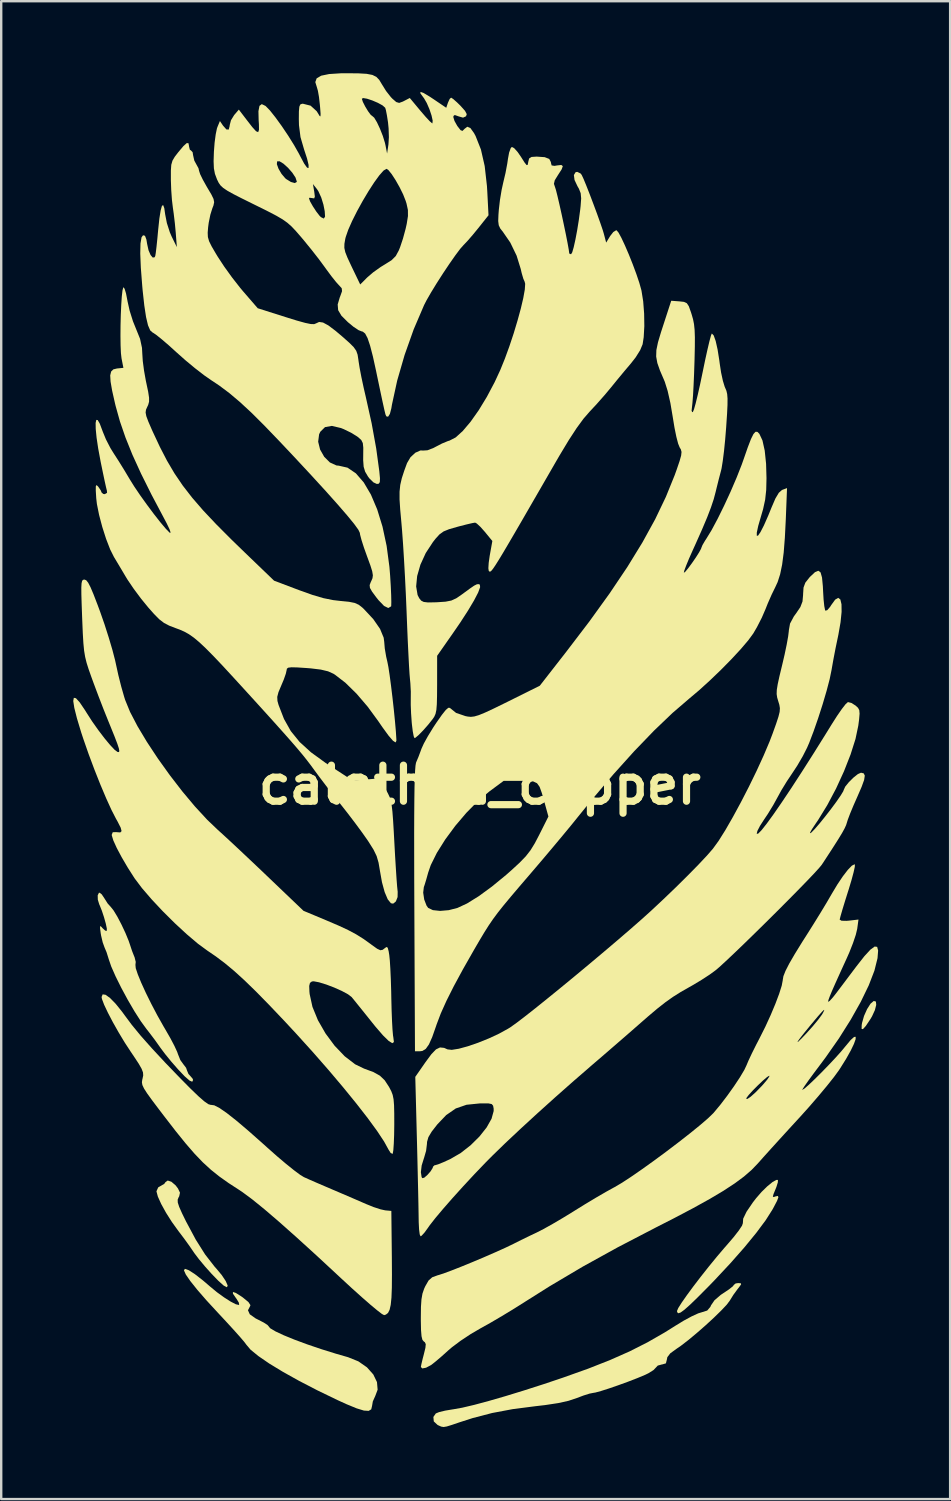
<source format=kicad_pcb>
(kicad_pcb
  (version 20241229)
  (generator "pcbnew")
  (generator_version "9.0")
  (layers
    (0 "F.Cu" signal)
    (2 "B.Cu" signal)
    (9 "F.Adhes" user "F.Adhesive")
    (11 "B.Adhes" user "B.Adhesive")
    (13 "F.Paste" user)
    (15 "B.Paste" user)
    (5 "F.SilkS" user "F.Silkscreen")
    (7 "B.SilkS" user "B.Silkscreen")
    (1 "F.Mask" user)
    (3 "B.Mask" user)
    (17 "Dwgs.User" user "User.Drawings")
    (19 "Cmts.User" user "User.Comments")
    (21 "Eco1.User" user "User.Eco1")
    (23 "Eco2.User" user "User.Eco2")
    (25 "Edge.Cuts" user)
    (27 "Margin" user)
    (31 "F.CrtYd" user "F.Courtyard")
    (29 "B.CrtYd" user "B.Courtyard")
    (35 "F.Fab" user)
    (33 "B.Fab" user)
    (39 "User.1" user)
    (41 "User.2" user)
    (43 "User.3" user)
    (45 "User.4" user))
  (footprint "calathea_copper"
    (layer "F.Cu")
    (at 16.928 29.633)
    (property "Reference" "calathea_copper" (at 0 0 0) (layer "F.SilkS") (effects (font (size 1.5 1.5) (thickness 0.3))))
    (attr board_only exclude_from_pos_files exclude_from_bom)
    (fp_poly (pts (xy 16.494 9.021) (xy 16.507 9.159) (xy 16.452 9.376) (xy 16.333 9.635) (xy 16.264 9.752) (xy 16.074 10.036) (xy 15.953 10.17) (xy 15.898 10.158) (xy 15.902 10.002) (xy 15.916 9.913) (xy 15.999 9.621) (xy 16.126 9.336) (xy 16.27 9.11) (xy 16.404 8.996) (xy 16.405 8.996)) (stroke (width 0) (type solid)) (fill yes) (layer "F.SilkS"))
    (fp_poly (pts (xy -12.841 16.524) (xy -12.666 16.674) (xy -12.568 16.802) (xy -12.484 16.979) (xy -12.516 17.129) (xy -12.542 17.174) (xy -12.58 17.268) (xy -12.575 17.39) (xy -12.517 17.57) (xy -12.396 17.842) (xy -12.232 18.176) (xy -11.827 18.933) (xy -11.437 19.551) (xy -11.044 20.057) (xy -10.96 20.151) (xy -10.744 20.411) (xy -10.582 20.654) (xy -10.502 20.835) (xy -10.499 20.865) (xy -10.54 20.916) (xy -10.668 20.844) (xy -10.888 20.646) (xy -11.169 20.356) (xy -11.439 20.055) (xy -11.692 19.751) (xy -11.884 19.498) (xy -11.919 19.446) (xy -12.09 19.196) (xy -12.317 18.882) (xy -12.549 18.576) (xy -12.818 18.203) (xy -13.064 17.816) (xy -13.266 17.45) (xy -13.405 17.142) (xy -13.462 16.929) (xy -13.462 16.917) (xy -13.39 16.757) (xy -13.299 16.705) (xy -13.14 16.613) (xy -13.088 16.54) (xy -12.994 16.473)) (stroke (width 0) (type solid)) (fill yes) (layer "F.SilkS"))
    (fp_poly (pts (xy 12.414 16.449) (xy 12.411 16.546) (xy 12.352 16.737) (xy 12.324 16.808) (xy 12.231 17.036) (xy 12.202 17.142) (xy 12.238 17.161) (xy 12.319 17.133) (xy 12.413 17.115) (xy 12.433 17.171) (xy 12.376 17.323) (xy 12.235 17.592) (xy 12.182 17.688) (xy 11.904 18.126) (xy 11.511 18.654) (xy 11.018 19.256) (xy 10.44 19.912) (xy 9.792 20.606) (xy 9.522 20.885) (xy 9.089 21.321) (xy 8.758 21.642) (xy 8.517 21.856) (xy 8.355 21.972) (xy 8.259 22) (xy 8.217 21.949) (xy 8.213 21.901) (xy 8.264 21.782) (xy 8.407 21.556) (xy 8.623 21.247) (xy 8.895 20.878) (xy 9.206 20.472) (xy 9.537 20.054) (xy 9.871 19.645) (xy 10.19 19.27) (xy 10.295 19.151) (xy 10.571 18.829) (xy 10.785 18.554) (xy 10.919 18.352) (xy 10.954 18.249) (xy 10.967 18.062) (xy 11.106 17.773) (xy 11.369 17.386) (xy 11.504 17.211) (xy 11.732 16.948) (xy 11.97 16.715) (xy 12.185 16.539) (xy 12.346 16.447)) (stroke (width 0) (type solid)) (fill yes) (layer "F.SilkS"))
    (fp_poly (pts (xy -12.114 20.209) (xy -11.857 20.376) (xy -11.521 20.638) (xy -11.225 20.892) (xy -10.941 21.126) (xy -10.647 21.339) (xy -10.375 21.513) (xy -10.159 21.625) (xy -10.032 21.654) (xy -10.02 21.647) (xy -10.034 21.556) (xy -10.131 21.396) (xy -10.152 21.37) (xy -10.278 21.185) (xy -10.279 21.113) (xy -10.159 21.153) (xy -9.92 21.305) (xy -9.867 21.342) (xy -9.633 21.534) (xy -9.55 21.662) (xy -9.566 21.707) (xy -9.653 21.875) (xy -9.577 22.043) (xy -9.333 22.215) (xy -9.229 22.267) (xy -8.996 22.387) (xy -8.842 22.486) (xy -8.805 22.529) (xy -8.727 22.624) (xy -8.507 22.755) (xy -8.165 22.915) (xy -7.722 23.096) (xy -7.2 23.29) (xy -6.619 23.488) (xy -6 23.681) (xy -5.484 23.83) (xy -5.055 24.003) (xy -4.699 24.251) (xy -4.435 24.547) (xy -4.281 24.866) (xy -4.254 25.183) (xy -4.351 25.44) (xy -4.454 25.671) (xy -4.487 25.863) (xy -4.52 26) (xy -4.627 26.064) (xy -4.824 26.052) (xy -5.126 25.96) (xy -5.547 25.787) (xy -5.927 25.614) (xy -6.763 25.209) (xy -7.524 24.815) (xy -8.196 24.44) (xy -8.767 24.093) (xy -9.221 23.781) (xy -9.546 23.515) (xy -9.727 23.301) (xy -9.732 23.292) (xy -9.814 23.184) (xy -9.993 22.975) (xy -10.249 22.689) (xy -10.562 22.347) (xy -10.905 21.979) (xy -11.38 21.463) (xy -11.765 21.02) (xy -12.054 20.658) (xy -12.241 20.387) (xy -12.318 20.215) (xy -12.28 20.151) (xy -12.274 20.151)) (stroke (width 0) (type solid)) (fill yes) (layer "F.SilkS"))
    (fp_poly (pts (xy -15.743 4.555) (xy -15.633 4.719) (xy -15.629 4.726) (xy -15.495 4.937) (xy -15.365 5.081) (xy -15.248 5.228) (xy -15.091 5.487) (xy -14.92 5.814) (xy -14.756 6.163) (xy -14.622 6.489) (xy -14.568 6.646) (xy -14.48 6.911) (xy -14.392 7.136) (xy -14.376 7.17) (xy -14.326 7.37) (xy -14.339 7.493) (xy -14.326 7.631) (xy -14.24 7.889) (xy -14.096 8.241) (xy -13.904 8.661) (xy -13.677 9.12) (xy -13.428 9.594) (xy -13.169 10.054) (xy -13.082 10.202) (xy -12.883 10.548) (xy -12.715 10.868) (xy -12.601 11.116) (xy -12.565 11.218) (xy -12.47 11.456) (xy -12.349 11.624) (xy -12.229 11.78) (xy -12.192 11.889) (xy -12.132 12.034) (xy -12.065 12.107) (xy -11.959 12.23) (xy -11.938 12.287) (xy -11.974 12.359) (xy -12.086 12.311) (xy -12.284 12.138) (xy -12.573 11.834) (xy -12.574 11.832) (xy -12.841 11.527) (xy -13.098 11.212) (xy -13.296 10.949) (xy -13.314 10.922) (xy -13.529 10.62) (xy -13.775 10.295) (xy -13.877 10.166) (xy -14.116 9.838) (xy -14.385 9.417) (xy -14.663 8.94) (xy -14.93 8.445) (xy -15.165 7.972) (xy -15.347 7.559) (xy -15.455 7.244) (xy -15.459 7.228) (xy -15.542 6.964) (xy -15.623 6.773) (xy -15.702 6.555) (xy -15.769 6.268) (xy -15.784 6.181) (xy -15.813 5.956) (xy -15.806 5.874) (xy -15.754 5.911) (xy -15.71 5.963) (xy -15.595 6.069) (xy -15.531 6.076) (xy -15.53 5.978) (xy -15.574 5.771) (xy -15.648 5.506) (xy -15.738 5.235) (xy -15.829 5.008) (xy -15.845 4.975) (xy -15.905 4.78) (xy -15.91 4.598) (xy -15.86 4.494) (xy -15.835 4.487)) (stroke (width 0) (type solid)) (fill yes) (layer "F.SilkS"))
    (fp_poly (pts (xy 10.87 20.751) (xy 10.88 20.799) (xy 10.787 20.927) (xy 10.739 20.987) (xy 10.56 21.231) (xy 10.406 21.479) (xy 10.405 21.48) (xy 10.28 21.646) (xy 10.05 21.889) (xy 9.747 22.185) (xy 9.398 22.506) (xy 9.033 22.825) (xy 8.682 23.117) (xy 8.373 23.355) (xy 8.191 23.48) (xy 7.933 23.667) (xy 7.809 23.828) (xy 7.789 23.931) (xy 7.749 24.086) (xy 7.599 24.13) (xy 7.587 24.13) (xy 7.411 24.178) (xy 7.335 24.259) (xy 7.233 24.365) (xy 7.028 24.494) (xy 6.881 24.566) (xy 6.552 24.703) (xy 6.166 24.852) (xy 5.762 24.999) (xy 5.376 25.132) (xy 5.047 25.237) (xy 4.812 25.301) (xy 4.725 25.315) (xy 4.569 25.346) (xy 4.314 25.426) (xy 4.043 25.529) (xy 3.698 25.644) (xy 3.267 25.74) (xy 2.719 25.823) (xy 2.331 25.868) (xy 1.369 25.992) (xy 0.514 26.153) (xy -0.296 26.364) (xy -0.84 26.539) (xy -1.167 26.65) (xy -1.375 26.714) (xy -1.507 26.736) (xy -1.606 26.72) (xy -1.715 26.671) (xy -1.757 26.651) (xy -1.915 26.504) (xy -1.933 26.318) (xy -1.832 26.172) (xy -1.695 26.115) (xy -1.442 26.054) (xy -1.124 26.001) (xy -1.089 25.996) (xy -0.732 25.932) (xy -0.238 25.816) (xy 0.369 25.653) (xy 1.068 25.451) (xy 1.837 25.215) (xy 2.653 24.953) (xy 3.471 24.678) (xy 4.517 24.305) (xy 5.429 23.945) (xy 6.242 23.585) (xy 6.988 23.207) (xy 7.702 22.797) (xy 8.134 22.526) (xy 8.489 22.309) (xy 8.824 22.128) (xy 9.096 22.003) (xy 9.234 21.961) (xy 9.469 21.887) (xy 9.601 21.733) (xy 9.629 21.668) (xy 9.773 21.458) (xy 10.035 21.233) (xy 10.152 21.155) (xy 10.381 21.002) (xy 10.538 20.876) (xy 10.583 20.815) (xy 10.655 20.758) (xy 10.76 20.743)) (stroke (width 0) (type solid)) (fill yes) (layer "F.SilkS"))
    (fp_poly (pts (xy -15.581 8.739) (xy -15.394 8.875) (xy -15.16 9.115) (xy -14.892 9.448) (xy -14.788 9.591) (xy -14.486 9.996) (xy -14.113 10.45) (xy -13.653 10.968) (xy -13.095 11.568) (xy -12.48 12.206) (xy -12.048 12.643) (xy -11.716 12.963) (xy -11.472 13.176) (xy -11.305 13.293) (xy -11.204 13.324) (xy -11.196 13.322) (xy -11.057 13.341) (xy -10.839 13.453) (xy -10.533 13.665) (xy -10.133 13.98) (xy -9.631 14.406) (xy -9.021 14.946) (xy -8.848 15.102) (xy -8.451 15.454) (xy -8.072 15.775) (xy -7.739 16.043) (xy -7.478 16.237) (xy -7.324 16.331) (xy -7.101 16.431) (xy -6.774 16.574) (xy -6.392 16.738) (xy -6.138 16.847) (xy -5.716 17.027) (xy -5.281 17.214) (xy -4.901 17.379) (xy -4.741 17.449) (xy -4.425 17.577) (xy -4.133 17.672) (xy -3.937 17.715) (xy -3.683 17.738) (xy -3.662 19.685) (xy -3.658 20.384) (xy -3.662 20.933) (xy -3.678 21.349) (xy -3.709 21.651) (xy -3.756 21.857) (xy -3.821 21.986) (xy -3.909 22.055) (xy -3.983 22.078) (xy -4.075 22.029) (xy -4.273 21.877) (xy -4.56 21.638) (xy -4.918 21.325) (xy -5.331 20.954) (xy -5.782 20.538) (xy -5.843 20.481) (xy -6.797 19.596) (xy -7.637 18.832) (xy -8.363 18.187) (xy -8.977 17.661) (xy -9.482 17.252) (xy -9.879 16.958) (xy -10.019 16.864) (xy -10.46 16.578) (xy -10.846 16.304) (xy -11.196 16.024) (xy -11.533 15.715) (xy -11.876 15.357) (xy -12.246 14.93) (xy -12.664 14.413) (xy -13.15 13.784) (xy -13.346 13.527) (xy -13.643 13.133) (xy -13.85 12.847) (xy -13.98 12.644) (xy -14.049 12.498) (xy -14.069 12.383) (xy -14.054 12.273) (xy -14.042 12.226) (xy -14.015 12.096) (xy -14.024 11.971) (xy -14.082 11.819) (xy -14.203 11.607) (xy -14.402 11.305) (xy -14.53 11.116) (xy -14.785 10.726) (xy -15.04 10.303) (xy -15.279 9.88) (xy -15.484 9.488) (xy -15.641 9.156) (xy -15.732 8.917) (xy -15.748 8.831) (xy -15.704 8.721)) (stroke (width 0) (type solid)) (fill yes) (layer "F.SilkS"))
    (fp_poly (pts (xy -16.387 -8.521) (xy -16.307 -8.421) (xy -16.209 -8.232) (xy -16.082 -7.932) (xy -15.917 -7.503) (xy -15.808 -7.209) (xy -15.625 -6.684) (xy -15.45 -6.136) (xy -15.297 -5.619) (xy -15.184 -5.184) (xy -15.151 -5.031) (xy -15.051 -4.575) (xy -14.929 -4.091) (xy -14.806 -3.662) (xy -14.767 -3.539) (xy -14.562 -3.038) (xy -14.254 -2.447) (xy -13.863 -1.794) (xy -13.408 -1.105) (xy -12.91 -0.409) (xy -12.388 0.268) (xy -11.861 0.897) (xy -11.349 1.452) (xy -10.91 1.871) (xy -10.693 2.067) (xy -10.38 2.356) (xy -9.995 2.716) (xy -9.563 3.123) (xy -9.109 3.553) (xy -8.857 3.794) (xy -7.341 5.242) (xy -6.401 5.635) (xy -5.882 5.857) (xy -5.479 6.045) (xy -5.149 6.221) (xy -4.85 6.408) (xy -4.539 6.63) (xy -4.495 6.664) (xy -4.275 6.821) (xy -4.14 6.884) (xy -4.044 6.866) (xy -3.976 6.813) (xy -3.887 6.748) (xy -3.834 6.778) (xy -3.794 6.932) (xy -3.769 7.087) (xy -3.746 7.312) (xy -3.724 7.666) (xy -3.704 8.11) (xy -3.689 8.604) (xy -3.684 8.89) (xy -3.672 9.377) (xy -3.655 9.82) (xy -3.635 10.184) (xy -3.613 10.435) (xy -3.599 10.52) (xy -3.576 10.707) (xy -3.642 10.754) (xy -3.794 10.66) (xy -4.03 10.429) (xy -4.348 10.061) (xy -4.49 9.885) (xy -4.764 9.542) (xy -5.012 9.234) (xy -5.208 8.991) (xy -5.327 8.845) (xy -5.334 8.836) (xy -5.487 8.718) (xy -5.745 8.579) (xy -6.062 8.437) (xy -6.393 8.311) (xy -6.693 8.219) (xy -6.915 8.177) (xy -6.991 8.184) (xy -7.071 8.244) (xy -7.103 8.371) (xy -7.094 8.608) (xy -7.084 8.711) (xy -6.968 9.241) (xy -6.74 9.798) (xy -6.424 10.348) (xy -6.045 10.86) (xy -5.625 11.299) (xy -5.191 11.633) (xy -4.818 11.813) (xy -4.429 11.957) (xy -4.159 12.108) (xy -3.959 12.3) (xy -3.783 12.569) (xy -3.772 12.589) (xy -3.686 12.753) (xy -3.627 12.909) (xy -3.59 13.093) (xy -3.57 13.34) (xy -3.562 13.687) (xy -3.561 14.145) (xy -3.567 14.573) (xy -3.581 14.938) (xy -3.6 15.207) (xy -3.624 15.349) (xy -3.632 15.362) (xy -3.711 15.326) (xy -3.799 15.187) (xy -3.985 14.849) (xy -4.278 14.406) (xy -4.667 13.874) (xy -5.14 13.266) (xy -5.684 12.598) (xy -6.287 11.884) (xy -6.938 11.14) (xy -7.624 10.381) (xy -8.144 9.821) (xy -8.778 9.154) (xy -9.322 8.599) (xy -9.797 8.138) (xy -10.22 7.753) (xy -10.612 7.426) (xy -10.992 7.14) (xy -11.345 6.899) (xy -11.739 6.61) (xy -12.201 6.218) (xy -12.699 5.758) (xy -13.197 5.263) (xy -13.664 4.765) (xy -14.066 4.298) (xy -14.369 3.896) (xy -14.379 3.881) (xy -14.661 3.439) (xy -14.912 3.01) (xy -15.117 2.625) (xy -15.259 2.312) (xy -15.323 2.103) (xy -15.325 2.075) (xy -15.283 1.97) (xy -15.132 1.965) (xy -15.113 1.968) (xy -14.97 1.979) (xy -14.916 1.924) (xy -14.952 1.782) (xy -15.08 1.529) (xy -15.149 1.407) (xy -15.334 1.047) (xy -15.556 0.56) (xy -15.799 -0.015) (xy -16.048 -0.643) (xy -16.289 -1.288) (xy -16.507 -1.913) (xy -16.597 -2.185) (xy -16.774 -2.772) (xy -16.884 -3.208) (xy -16.928 -3.494) (xy -16.904 -3.628) (xy -16.815 -3.609) (xy -16.659 -3.437) (xy -16.437 -3.109) (xy -16.369 -2.999) (xy -16.14 -2.643) (xy -15.884 -2.281) (xy -15.626 -1.942) (xy -15.39 -1.658) (xy -15.2 -1.457) (xy -15.083 -1.372) (xy -15.029 -1.367) (xy -15.009 -1.409) (xy -15.028 -1.519) (xy -15.093 -1.716) (xy -15.21 -2.021) (xy -15.385 -2.454) (xy -15.472 -2.667) (xy -15.669 -3.158) (xy -15.883 -3.712) (xy -16.082 -4.243) (xy -16.175 -4.498) (xy -16.289 -4.821) (xy -16.373 -5.087) (xy -16.433 -5.332) (xy -16.476 -5.591) (xy -16.506 -5.903) (xy -16.53 -6.302) (xy -16.552 -6.826) (xy -16.558 -6.975) (xy -16.578 -7.527) (xy -16.59 -7.933) (xy -16.592 -8.214) (xy -16.582 -8.394) (xy -16.559 -8.495) (xy -16.522 -8.539) (xy -16.469 -8.55) (xy -16.459 -8.55)) (stroke (width 0) (type solid)) (fill yes) (layer "F.SilkS"))
    (fp_poly (pts (xy -12.13 -26.72) (xy -12.107 -26.598) (xy -12.107 -26.585) (xy -12.072 -26.448) (xy -12.023 -26.416) (xy -11.957 -26.344) (xy -11.938 -26.221) (xy -11.887 -25.995) (xy -11.814 -25.861) (xy -11.714 -25.678) (xy -11.687 -25.564) (xy -11.644 -25.431) (xy -11.532 -25.201) (xy -11.375 -24.92) (xy -11.347 -24.872) (xy -11.178 -24.587) (xy -11.087 -24.4) (xy -11.061 -24.263) (xy -11.089 -24.129) (xy -11.136 -24.009) (xy -11.218 -23.747) (xy -11.287 -23.411) (xy -11.312 -23.219) (xy -11.33 -22.993) (xy -11.322 -22.815) (xy -11.273 -22.641) (xy -11.168 -22.428) (xy -10.994 -22.13) (xy -10.909 -21.99) (xy -10.642 -21.583) (xy -10.314 -21.128) (xy -9.98 -20.701) (xy -9.851 -20.547) (xy -9.246 -19.848) (xy -8.093 -19.482) (xy -7.615 -19.334) (xy -7.272 -19.239) (xy -7.041 -19.191) (xy -6.897 -19.186) (xy -6.819 -19.217) (xy -6.69 -19.277) (xy -6.527 -19.253) (xy -6.307 -19.134) (xy -6.01 -18.91) (xy -5.721 -18.666) (xy -5.436 -18.413) (xy -5.252 -18.23) (xy -5.145 -18.077) (xy -5.088 -17.915) (xy -5.055 -17.703) (xy -5.048 -17.646) (xy -5.004 -17.368) (xy -4.93 -16.98) (xy -4.835 -16.536) (xy -4.743 -16.138) (xy -4.503 -15.056) (xy -4.313 -14.009) (xy -4.184 -13.06) (xy -4.157 -12.771) (xy -4.162 -12.612) (xy -4.204 -12.544) (xy -4.286 -12.531) (xy -4.429 -12.598) (xy -4.598 -12.764) (xy -4.657 -12.843) (xy -4.775 -13.044) (xy -4.836 -13.249) (xy -4.856 -13.52) (xy -4.854 -13.732) (xy -4.851 -14.042) (xy -4.871 -14.233) (xy -4.933 -14.358) (xy -5.051 -14.467) (xy -5.108 -14.51) (xy -5.356 -14.663) (xy -5.664 -14.813) (xy -5.781 -14.86) (xy -6.16 -14.949) (xy -6.445 -14.898) (xy -6.641 -14.705) (xy -6.691 -14.598) (xy -6.73 -14.291) (xy -6.65 -13.965) (xy -6.478 -13.662) (xy -6.242 -13.427) (xy -5.969 -13.302) (xy -5.874 -13.293) (xy -5.508 -13.21) (xy -5.159 -12.973) (xy -4.832 -12.595) (xy -4.534 -12.09) (xy -4.272 -11.472) (xy -4.051 -10.754) (xy -3.879 -9.952) (xy -3.763 -9.08) (xy -3.734 -8.725) (xy -3.707 -8.285) (xy -3.69 -7.906) (xy -3.684 -7.619) (xy -3.688 -7.457) (xy -3.693 -7.434) (xy -3.811 -7.366) (xy -3.987 -7.453) (xy -4.221 -7.697) (xy -4.307 -7.806) (xy -4.486 -8.048) (xy -4.574 -8.204) (xy -4.586 -8.323) (xy -4.538 -8.45) (xy -4.52 -8.485) (xy -4.468 -8.606) (xy -4.452 -8.729) (xy -4.479 -8.894) (xy -4.555 -9.137) (xy -4.687 -9.498) (xy -4.696 -9.523) (xy -4.824 -9.881) (xy -4.924 -10.194) (xy -4.984 -10.42) (xy -4.995 -10.496) (xy -5.055 -10.623) (xy -5.23 -10.865) (xy -5.519 -11.218) (xy -5.916 -11.677) (xy -6.418 -12.239) (xy -7.022 -12.899) (xy -7.723 -13.653) (xy -8.35 -14.318) (xy -8.976 -14.969) (xy -9.517 -15.507) (xy -9.995 -15.949) (xy -10.43 -16.316) (xy -10.844 -16.626) (xy -11.179 -16.849) (xy -11.482 -17.06) (xy -11.858 -17.351) (xy -12.258 -17.683) (xy -12.623 -18.007) (xy -12.945 -18.299) (xy -13.235 -18.548) (xy -13.465 -18.733) (xy -13.605 -18.828) (xy -13.621 -18.835) (xy -13.724 -18.926) (xy -13.815 -19.137) (xy -13.896 -19.479) (xy -13.97 -19.965) (xy -14.04 -20.605) (xy -14.056 -20.786) (xy -14.114 -21.538) (xy -14.138 -22.124) (xy -14.128 -22.545) (xy -14.085 -22.8) (xy -14.022 -22.887) (xy -13.941 -22.865) (xy -13.883 -22.712) (xy -13.851 -22.524) (xy -13.794 -22.264) (xy -13.709 -22.066) (xy -13.618 -21.958) (xy -13.54 -21.97) (xy -13.513 -22.025) (xy -13.492 -22.152) (xy -13.461 -22.409) (xy -13.425 -22.756) (xy -13.393 -23.102) (xy -13.342 -23.585) (xy -13.288 -23.923) (xy -13.235 -24.111) (xy -13.184 -24.143) (xy -13.137 -24.015) (xy -13.1 -23.755) (xy -13.03 -23.396) (xy -12.907 -23.012) (xy -12.833 -22.84) (xy -12.614 -22.394) (xy -12.66 -22.987) (xy -12.696 -23.378) (xy -12.744 -23.782) (xy -12.781 -24.045) (xy -12.819 -24.362) (xy -12.848 -24.766) (xy -12.863 -25.179) (xy -12.863 -25.231) (xy -12.863 -25.585) (xy -12.846 -25.822) (xy -12.796 -25.995) (xy -12.7 -26.157) (xy -12.552 -26.349) (xy -12.337 -26.604) (xy -12.201 -26.725)) (stroke (width 0) (type solid)) (fill yes) (layer "F.SilkS"))
    (fp_poly (pts (xy 15.618 3.315) (xy 15.615 3.411) (xy 15.565 3.637) (xy 15.478 3.961) (xy 15.361 4.351) (xy 15.33 4.447) (xy 15.203 4.852) (xy 15.097 5.201) (xy 15.022 5.461) (xy 14.987 5.599) (xy 14.986 5.61) (xy 15.063 5.655) (xy 15.27 5.66) (xy 15.377 5.651) (xy 15.768 5.606) (xy 15.715 5.996) (xy 15.656 6.242) (xy 15.541 6.584) (xy 15.389 6.97) (xy 15.291 7.193) (xy 15.018 7.79) (xy 14.811 8.249) (xy 14.662 8.586) (xy 14.567 8.818) (xy 14.516 8.959) (xy 14.505 9.025) (xy 14.509 9.033) (xy 14.573 8.99) (xy 14.704 8.845) (xy 14.827 8.689) (xy 15.001 8.459) (xy 15.239 8.143) (xy 15.507 7.787) (xy 15.685 7.551) (xy 16.014 7.132) (xy 16.265 6.859) (xy 16.441 6.73) (xy 16.546 6.743) (xy 16.586 6.898) (xy 16.563 7.192) (xy 16.559 7.224) (xy 16.432 7.734) (xy 16.197 8.344) (xy 15.864 9.031) (xy 15.445 9.776) (xy 14.952 10.558) (xy 14.394 11.355) (xy 14.17 11.655) (xy 13.902 12.012) (xy 13.679 12.317) (xy 13.518 12.546) (xy 13.434 12.678) (xy 13.428 12.7) (xy 13.521 12.642) (xy 13.702 12.484) (xy 13.946 12.252) (xy 14.229 11.971) (xy 14.523 11.668) (xy 14.805 11.368) (xy 15.048 11.097) (xy 15.223 10.886) (xy 15.442 10.623) (xy 15.584 10.495) (xy 15.651 10.488) (xy 15.649 10.588) (xy 15.58 10.782) (xy 15.449 11.056) (xy 15.259 11.396) (xy 15.014 11.789) (xy 14.948 11.889) (xy 14.745 12.167) (xy 14.451 12.536) (xy 14.095 12.963) (xy 13.703 13.416) (xy 13.303 13.861) (xy 13.277 13.888) (xy 12.877 14.324) (xy 12.482 14.757) (xy 12.118 15.158) (xy 11.812 15.497) (xy 11.593 15.744) (xy 11.578 15.761) (xy 11.317 16.032) (xy 11 16.307) (xy 10.614 16.593) (xy 10.143 16.902) (xy 9.572 17.241) (xy 8.887 17.621) (xy 8.073 18.05) (xy 7.324 18.432) (xy 5.743 19.254) (xy 4.286 20.059) (xy 2.914 20.872) (xy 1.89 21.517) (xy 1.429 21.808) (xy 0.927 22.113) (xy 0.445 22.396) (xy 0.042 22.621) (xy 0.031 22.627) (xy -0.381 22.868) (xy -0.8 23.146) (xy -1.162 23.417) (xy -1.309 23.543) (xy -1.578 23.785) (xy -1.826 23.997) (xy -2.006 24.14) (xy -2.03 24.157) (xy -2.237 24.267) (xy -2.393 24.297) (xy -2.454 24.237) (xy -2.454 24.236) (xy -2.433 24.125) (xy -2.381 23.905) (xy -2.33 23.709) (xy -2.264 23.439) (xy -2.25 23.287) (xy -2.287 23.206) (xy -2.331 23.175) (xy -2.389 23.106) (xy -2.426 22.956) (xy -2.447 22.699) (xy -2.455 22.307) (xy -2.455 22.181) (xy -2.45 21.738) (xy -2.429 21.42) (xy -2.387 21.181) (xy -2.317 20.977) (xy -2.272 20.879) (xy -2.134 20.637) (xy -1.982 20.502) (xy -1.75 20.417) (xy -1.718 20.409) (xy -1.503 20.34) (xy -1.17 20.216) (xy -0.751 20.051) (xy -0.283 19.859) (xy 0.2 19.655) (xy 0.663 19.453) (xy 1.071 19.269) (xy 1.39 19.116) (xy 1.439 19.091) (xy 1.722 18.949) (xy 2.075 18.777) (xy 2.371 18.637) (xy 2.654 18.492) (xy 3.031 18.281) (xy 3.457 18.031) (xy 3.885 17.769) (xy 3.937 17.736) (xy 4.374 17.465) (xy 4.828 17.192) (xy 5.246 16.949) (xy 5.579 16.765) (xy 5.599 16.755) (xy 5.894 16.582) (xy 6.285 16.328) (xy 6.745 16.01) (xy 7.248 15.65) (xy 7.768 15.266) (xy 8.28 14.877) (xy 8.758 14.503) (xy 9.175 14.164) (xy 9.507 13.878) (xy 9.726 13.666) (xy 9.74 13.65) (xy 10.016 13.318) (xy 10.211 13.063) (xy 11.091 13.063) (xy 11.143 13.076) (xy 11.283 12.98) (xy 11.489 12.795) (xy 11.738 12.539) (xy 11.803 12.467) (xy 11.965 12.275) (xy 12.054 12.145) (xy 12.056 12.107) (xy 11.962 12.164) (xy 11.792 12.309) (xy 11.584 12.506) (xy 11.374 12.717) (xy 11.201 12.906) (xy 11.102 13.036) (xy 11.091 13.063) (xy 10.211 13.063) (xy 10.307 12.937) (xy 10.587 12.544) (xy 10.832 12.174) (xy 11.016 11.865) (xy 11.109 11.667) (xy 11.188 11.479) (xy 11.326 11.185) (xy 11.503 10.829) (xy 11.568 10.705) (xy 13.225 10.705) (xy 13.26 10.691) (xy 13.403 10.552) (xy 13.614 10.329) (xy 13.867 10.047) (xy 14.089 9.778) (xy 14.243 9.57) (xy 14.271 9.525) (xy 14.34 9.393) (xy 14.335 9.364) (xy 14.248 9.446) (xy 14.072 9.645) (xy 13.8 9.969) (xy 13.747 10.033) (xy 13.47 10.373) (xy 13.295 10.598) (xy 13.225 10.705) (xy 11.568 10.705) (xy 11.659 10.528) (xy 11.891 10.066) (xy 12.111 9.585) (xy 12.307 9.118) (xy 12.465 8.698) (xy 12.572 8.359) (xy 12.615 8.134) (xy 12.615 8.122) (xy 12.642 7.965) (xy 12.729 7.744) (xy 12.884 7.441) (xy 13.116 7.041) (xy 13.433 6.527) (xy 13.627 6.223) (xy 13.904 5.783) (xy 14.187 5.325) (xy 14.444 4.899) (xy 14.642 4.559) (xy 14.652 4.541) (xy 14.887 4.149) (xy 15.117 3.806) (xy 15.325 3.536) (xy 15.493 3.362) (xy 15.602 3.307)) (stroke (width 0) (type solid)) (fill yes) (layer "F.SilkS"))
    (fp_poly (pts (xy -14.789 -20.658) (xy -14.731 -20.466) (xy -14.676 -20.186) (xy -14.671 -20.153) (xy -14.58 -19.747) (xy -14.441 -19.304) (xy -14.317 -18.998) (xy -14.146 -18.574) (xy -14.066 -18.2) (xy -14.053 -17.961) (xy -14.033 -17.649) (xy -13.98 -17.248) (xy -13.906 -16.833) (xy -13.885 -16.735) (xy -13.808 -16.369) (xy -13.771 -16.123) (xy -13.771 -15.956) (xy -13.808 -15.822) (xy -13.846 -15.742) (xy -13.899 -15.623) (xy -13.915 -15.506) (xy -13.886 -15.355) (xy -13.803 -15.132) (xy -13.659 -14.8) (xy -13.62 -14.713) (xy -13.321 -14.074) (xy -13.025 -13.502) (xy -12.714 -12.974) (xy -12.37 -12.467) (xy -11.977 -11.96) (xy -11.517 -11.428) (xy -10.973 -10.851) (xy -10.328 -10.204) (xy -9.8 -9.692) (xy -8.565 -8.504) (xy -7.521 -8.109) (xy -6.963 -7.91) (xy -6.507 -7.776) (xy -6.103 -7.695) (xy -5.8 -7.66) (xy -5.447 -7.625) (xy -5.211 -7.578) (xy -5.04 -7.501) (xy -4.883 -7.378) (xy -4.84 -7.337) (xy -4.437 -6.906) (xy -4.153 -6.496) (xy -4.002 -6.13) (xy -3.979 -5.954) (xy -3.957 -5.685) (xy -3.899 -5.345) (xy -3.847 -5.119) (xy -3.805 -4.905) (xy -3.753 -4.562) (xy -3.695 -4.126) (xy -3.636 -3.637) (xy -3.58 -3.134) (xy -3.532 -2.654) (xy -3.495 -2.236) (xy -3.475 -1.919) (xy -3.472 -1.841) (xy -3.506 -1.769) (xy -3.614 -1.838) (xy -3.798 -2.051) (xy -4.059 -2.409) (xy -4.221 -2.646) (xy -4.665 -3.253) (xy -5.132 -3.799) (xy -5.596 -4.254) (xy -6.028 -4.587) (xy -6.096 -4.63) (xy -6.318 -4.73) (xy -6.62 -4.802) (xy -7.038 -4.853) (xy -7.218 -4.867) (xy -7.598 -4.892) (xy -7.84 -4.898) (xy -7.975 -4.882) (xy -8.032 -4.84) (xy -8.043 -4.781) (xy -8.077 -4.63) (xy -8.163 -4.384) (xy -8.264 -4.145) (xy -8.383 -3.861) (xy -8.434 -3.665) (xy -8.425 -3.495) (xy -8.379 -3.33) (xy -8.153 -2.746) (xy -7.87 -2.242) (xy -7.503 -1.789) (xy -7.028 -1.357) (xy -6.419 -0.915) (xy -6.286 -0.827) (xy -5.282 -0.173) (xy -4.729 -0.224) (xy -4.177 -0.276) (xy -3.914 0.191) (xy -3.826 0.351) (xy -3.758 0.496) (xy -3.708 0.653) (xy -3.669 0.849) (xy -3.638 1.112) (xy -3.611 1.467) (xy -3.582 1.943) (xy -3.556 2.424) (xy -3.526 2.97) (xy -3.495 3.473) (xy -3.467 3.902) (xy -3.442 4.229) (xy -3.422 4.423) (xy -3.419 4.445) (xy -3.423 4.67) (xy -3.494 4.851) (xy -3.607 4.944) (xy -3.701 4.927) (xy -3.833 4.764) (xy -3.961 4.463) (xy -4.073 4.052) (xy -4.156 3.586) (xy -4.215 3.238) (xy -4.295 2.963) (xy -4.424 2.696) (xy -4.627 2.373) (xy -4.672 2.305) (xy -4.902 1.979) (xy -5.199 1.576) (xy -5.522 1.153) (xy -5.788 0.815) (xy -6.095 0.428) (xy -6.407 0.027) (xy -6.684 -0.338) (xy -6.872 -0.593) (xy -7.03 -0.809) (xy -7.195 -1.025) (xy -7.379 -1.256) (xy -7.598 -1.517) (xy -7.863 -1.824) (xy -8.19 -2.193) (xy -8.59 -2.64) (xy -9.078 -3.18) (xy -9.662 -3.822) (xy -10.232 -4.446) (xy -10.704 -4.958) (xy -11.093 -5.368) (xy -11.414 -5.692) (xy -11.68 -5.942) (xy -11.906 -6.131) (xy -12.108 -6.273) (xy -12.299 -6.38) (xy -12.494 -6.466) (xy -12.65 -6.523) (xy -12.931 -6.631) (xy -13.148 -6.744) (xy -13.345 -6.895) (xy -13.566 -7.118) (xy -13.807 -7.391) (xy -14.104 -7.755) (xy -14.406 -8.16) (xy -14.662 -8.537) (xy -14.738 -8.661) (xy -14.924 -8.975) (xy -15.092 -9.256) (xy -15.211 -9.455) (xy -15.229 -9.483) (xy -15.391 -9.806) (xy -15.56 -10.243) (xy -15.719 -10.74) (xy -15.852 -11.243) (xy -15.943 -11.696) (xy -15.971 -11.938) (xy -15.99 -12.255) (xy -15.989 -12.429) (xy -15.965 -12.485) (xy -15.913 -12.447) (xy -15.881 -12.409) (xy -15.779 -12.257) (xy -15.748 -12.176) (xy -15.679 -12.116) (xy -15.615 -12.107) (xy -15.52 -12.162) (xy -15.528 -12.255) (xy -15.562 -12.392) (xy -15.621 -12.658) (xy -15.696 -13.015) (xy -15.781 -13.427) (xy -15.788 -13.462) (xy -15.889 -14.006) (xy -15.957 -14.463) (xy -15.992 -14.821) (xy -15.996 -15.07) (xy -15.969 -15.198) (xy -15.912 -15.194) (xy -15.825 -15.046) (xy -15.711 -14.743) (xy -15.699 -14.71) (xy -15.567 -14.389) (xy -15.381 -14.028) (xy -15.241 -13.801) (xy -15.037 -13.485) (xy -14.801 -13.104) (xy -14.583 -12.739) (xy -14.581 -12.735) (xy -14.389 -12.427) (xy -14.141 -12.06) (xy -13.86 -11.668) (xy -13.573 -11.283) (xy -13.303 -10.939) (xy -13.075 -10.668) (xy -12.915 -10.504) (xy -12.909 -10.499) (xy -12.873 -10.506) (xy -12.918 -10.642) (xy -13.037 -10.892) (xy -13.142 -11.091) (xy -13.668 -12.084) (xy -14.105 -12.961) (xy -14.464 -13.747) (xy -14.753 -14.465) (xy -14.984 -15.136) (xy -15.165 -15.785) (xy -15.193 -15.902) (xy -15.309 -16.418) (xy -15.374 -16.794) (xy -15.389 -17.052) (xy -15.35 -17.214) (xy -15.258 -17.303) (xy -15.11 -17.339) (xy -15.104 -17.34) (xy -14.84 -17.366) (xy -14.918 -17.763) (xy -14.943 -17.981) (xy -14.957 -18.304) (xy -14.962 -18.699) (xy -14.959 -19.133) (xy -14.948 -19.572) (xy -14.93 -19.983) (xy -14.907 -20.332) (xy -14.878 -20.587) (xy -14.846 -20.714) (xy -14.838 -20.722)) (stroke (width 0) (type solid)) (fill yes) (layer "F.SilkS"))
    (fp_poly (pts (xy 1.429 -26.516) (xy 1.573 -26.357) (xy 1.714 -26.153) (xy 1.864 -25.916) (xy 1.95 -25.809) (xy 1.993 -25.816) (xy 2.015 -25.922) (xy 2.016 -25.935) (xy 2.054 -26.084) (xy 2.154 -26.148) (xy 2.369 -26.162) (xy 2.702 -26.139) (xy 2.892 -26.065) (xy 2.962 -25.93) (xy 2.963 -25.901) (xy 2.992 -25.795) (xy 3.111 -25.776) (xy 3.217 -25.794) (xy 3.394 -25.814) (xy 3.457 -25.766) (xy 3.408 -25.63) (xy 3.253 -25.39) (xy 3.121 -25.176) (xy 3.087 -25.028) (xy 3.133 -24.892) (xy 3.172 -24.77) (xy 3.235 -24.518) (xy 3.316 -24.172) (xy 3.406 -23.768) (xy 3.497 -23.342) (xy 3.583 -22.929) (xy 3.654 -22.566) (xy 3.704 -22.289) (xy 3.725 -22.134) (xy 3.725 -22.126) (xy 3.79 -22.098) (xy 3.801 -22.098) (xy 3.849 -22.177) (xy 3.911 -22.391) (xy 3.982 -22.709) (xy 4.055 -23.097) (xy 4.124 -23.525) (xy 4.182 -23.959) (xy 4.198 -24.103) (xy 4.221 -24.42) (xy 4.201 -24.638) (xy 4.127 -24.826) (xy 4.068 -24.928) (xy 3.945 -25.189) (xy 3.918 -25.394) (xy 3.988 -25.512) (xy 4.056 -25.527) (xy 4.195 -25.461) (xy 4.243 -25.4) (xy 4.319 -25.237) (xy 4.436 -24.953) (xy 4.579 -24.589) (xy 4.733 -24.182) (xy 4.885 -23.773) (xy 5.018 -23.4) (xy 5.119 -23.104) (xy 5.164 -22.954) (xy 5.262 -22.582) (xy 5.428 -22.854) (xy 5.559 -23.022) (xy 5.676 -23.094) (xy 5.696 -23.092) (xy 5.776 -22.999) (xy 5.896 -22.779) (xy 6.044 -22.463) (xy 6.206 -22.086) (xy 6.369 -21.678) (xy 6.519 -21.274) (xy 6.643 -20.905) (xy 6.727 -20.605) (xy 6.734 -20.574) (xy 6.804 -20.134) (xy 6.843 -19.624) (xy 6.851 -19.105) (xy 6.825 -18.641) (xy 6.78 -18.349) (xy 6.678 -18.103) (xy 6.487 -17.798) (xy 6.295 -17.553) (xy 6.02 -17.228) (xy 5.712 -16.856) (xy 5.472 -16.56) (xy 5.196 -16.23) (xy 4.87 -15.861) (xy 4.568 -15.536) (xy 4.318 -15.248) (xy 4.036 -14.863) (xy 3.71 -14.364) (xy 3.33 -13.734) (xy 3.172 -13.462) (xy 2.629 -12.521) (xy 2.164 -11.716) (xy 1.772 -11.037) (xy 1.444 -10.473) (xy 1.176 -10.015) (xy 0.961 -9.651) (xy 0.792 -9.372) (xy 0.663 -9.167) (xy 0.568 -9.025) (xy 0.501 -8.937) (xy 0.454 -8.892) (xy 0.421 -8.879) (xy 0.397 -8.889) (xy 0.375 -8.911) (xy 0.373 -8.912) (xy 0.357 -9.02) (xy 0.371 -9.247) (xy 0.413 -9.544) (xy 0.417 -9.565) (xy 0.523 -10.156) (xy 0.209 -10.539) (xy 0.025 -10.746) (xy -0.126 -10.885) (xy -0.195 -10.922) (xy -0.315 -10.901) (xy -0.551 -10.846) (xy -0.86 -10.767) (xy -0.943 -10.744) (xy -1.281 -10.647) (xy -1.508 -10.554) (xy -1.679 -10.431) (xy -1.847 -10.246) (xy -1.949 -10.115) (xy -2.25 -9.656) (xy -2.472 -9.172) (xy -2.608 -8.697) (xy -2.65 -8.265) (xy -2.59 -7.908) (xy -2.523 -7.775) (xy -2.442 -7.674) (xy -2.336 -7.619) (xy -2.161 -7.598) (xy -1.873 -7.603) (xy -1.768 -7.607) (xy -1.425 -7.63) (xy -1.185 -7.677) (xy -0.981 -7.77) (xy -0.747 -7.93) (xy -0.72 -7.95) (xy -0.426 -8.166) (xy -0.237 -8.296) (xy -0.12 -8.355) (xy -0.046 -8.36) (xy 0.002 -8.339) (xy 0.014 -8.235) (xy -0.068 -8.011) (xy -0.239 -7.682) (xy -0.49 -7.26) (xy -0.813 -6.761) (xy -1.119 -6.316) (xy -1.776 -5.376) (xy -1.777 -4.181) (xy -1.78 -3.701) (xy -1.789 -3.359) (xy -1.808 -3.122) (xy -1.843 -2.959) (xy -1.897 -2.838) (xy -1.962 -2.742) (xy -2.155 -2.5) (xy -2.362 -2.266) (xy -2.549 -2.075) (xy -2.682 -1.963) (xy -2.717 -1.947) (xy -2.752 -2.025) (xy -2.791 -2.231) (xy -2.827 -2.526) (xy -2.835 -2.61) (xy -2.861 -2.98) (xy -2.875 -3.331) (xy -2.874 -3.591) (xy -2.874 -3.605) (xy -2.872 -3.889) (xy -2.891 -4.235) (xy -2.907 -4.403) (xy -2.925 -4.611) (xy -2.947 -4.961) (xy -2.971 -5.425) (xy -2.998 -5.976) (xy -3.024 -6.586) (xy -3.049 -7.228) (xy -3.079 -7.934) (xy -3.115 -8.665) (xy -3.155 -9.381) (xy -3.196 -10.04) (xy -3.237 -10.601) (xy -3.265 -10.928) (xy -3.314 -11.469) (xy -3.341 -11.884) (xy -3.341 -12.211) (xy -3.311 -12.494) (xy -3.247 -12.771) (xy -3.145 -13.085) (xy -3.029 -13.401) (xy -2.886 -13.644) (xy -2.684 -13.832) (xy -2.471 -13.927) (xy -2.355 -13.923) (xy -2.178 -13.934) (xy -1.928 -14.031) (xy -1.839 -14.078) (xy -1.575 -14.215) (xy -1.331 -14.316) (xy -1.258 -14.338) (xy -1.006 -14.468) (xy -0.71 -14.736) (xy -0.385 -15.12) (xy -0.045 -15.601) (xy 0.294 -16.158) (xy 0.618 -16.769) (xy 0.852 -17.274) (xy 1.044 -17.747) (xy 1.233 -18.266) (xy 1.412 -18.805) (xy 1.572 -19.337) (xy 1.708 -19.835) (xy 1.811 -20.273) (xy 1.874 -20.625) (xy 1.89 -20.864) (xy 1.868 -20.952) (xy 1.812 -21.08) (xy 1.744 -21.313) (xy 1.704 -21.486) (xy 1.533 -22.038) (xy 1.269 -22.584) (xy 0.967 -23.022) (xy 0.852 -23.169) (xy 0.789 -23.304) (xy 0.767 -23.478) (xy 0.777 -23.74) (xy 0.793 -23.951) (xy 0.84 -24.358) (xy 0.91 -24.78) (xy 0.983 -25.11) (xy 1.071 -25.481) (xy 1.145 -25.876) (xy 1.173 -26.07) (xy 1.221 -26.331) (xy 1.287 -26.513) (xy 1.333 -26.564)) (stroke (width 0) (type solid)) (fill yes) (layer "F.SilkS"))
    (fp_poly (pts (xy 8.313 -20.134) (xy 8.502 -20.113) (xy 8.619 -20.059) (xy 8.703 -19.933) (xy 8.788 -19.695) (xy 8.819 -19.6) (xy 8.879 -19.393) (xy 8.92 -19.186) (xy 8.945 -18.947) (xy 8.956 -18.642) (xy 8.954 -18.239) (xy 8.942 -17.704) (xy 8.939 -17.611) (xy 8.922 -17.1) (xy 8.901 -16.624) (xy 8.879 -16.219) (xy 8.856 -15.921) (xy 8.842 -15.79) (xy 8.819 -15.578) (xy 8.848 -15.518) (xy 8.876 -15.536) (xy 8.92 -15.643) (xy 8.989 -15.888) (xy 9.076 -16.245) (xy 9.175 -16.686) (xy 9.279 -17.185) (xy 9.284 -17.209) (xy 9.386 -17.702) (xy 9.481 -18.132) (xy 9.562 -18.475) (xy 9.624 -18.705) (xy 9.66 -18.796) (xy 9.662 -18.796) (xy 9.74 -18.715) (xy 9.822 -18.485) (xy 9.902 -18.128) (xy 9.975 -17.665) (xy 9.991 -17.541) (xy 10.048 -17.168) (xy 10.122 -16.827) (xy 10.198 -16.578) (xy 10.218 -16.532) (xy 10.269 -16.412) (xy 10.301 -16.273) (xy 10.316 -16.086) (xy 10.314 -15.821) (xy 10.296 -15.449) (xy 10.262 -14.941) (xy 10.258 -14.881) (xy 10.217 -14.378) (xy 10.169 -13.901) (xy 10.117 -13.489) (xy 10.068 -13.184) (xy 10.044 -13.081) (xy 9.952 -12.733) (xy 9.856 -12.347) (xy 9.821 -12.201) (xy 9.74 -11.896) (xy 9.625 -11.552) (xy 9.469 -11.145) (xy 9.259 -10.647) (xy 8.986 -10.033) (xy 8.876 -9.791) (xy 8.716 -9.432) (xy 8.592 -9.131) (xy 8.514 -8.921) (xy 8.496 -8.832) (xy 8.496 -8.832) (xy 8.557 -8.877) (xy 8.679 -9.025) (xy 8.834 -9.235) (xy 8.994 -9.467) (xy 9.13 -9.681) (xy 9.214 -9.836) (xy 9.229 -9.882) (xy 9.273 -9.989) (xy 9.383 -10.176) (xy 9.438 -10.26) (xy 9.652 -10.61) (xy 9.903 -11.079) (xy 10.173 -11.627) (xy 10.443 -12.212) (xy 10.693 -12.794) (xy 10.905 -13.333) (xy 10.994 -13.584) (xy 11.162 -14.066) (xy 11.292 -14.403) (xy 11.395 -14.61) (xy 11.48 -14.704) (xy 11.559 -14.701) (xy 11.642 -14.618) (xy 11.642 -14.617) (xy 11.77 -14.343) (xy 11.864 -13.921) (xy 11.921 -13.37) (xy 11.938 -12.772) (xy 11.926 -12.278) (xy 11.882 -11.874) (xy 11.796 -11.481) (xy 11.718 -11.214) (xy 11.594 -10.785) (xy 11.534 -10.506) (xy 11.534 -10.373) (xy 11.587 -10.381) (xy 11.687 -10.527) (xy 11.831 -10.807) (xy 12.011 -11.215) (xy 12.146 -11.548) (xy 12.31 -11.928) (xy 12.451 -12.164) (xy 12.582 -12.28) (xy 12.601 -12.288) (xy 12.793 -12.359) (xy 12.742 -11.069) (xy 12.703 -10.299) (xy 12.654 -9.674) (xy 12.589 -9.173) (xy 12.506 -8.771) (xy 12.402 -8.446) (xy 12.303 -8.232) (xy 12.152 -7.923) (xy 11.99 -7.554) (xy 11.898 -7.322) (xy 11.743 -6.964) (xy 11.541 -6.569) (xy 11.387 -6.305) (xy 11.178 -6.02) (xy 10.866 -5.654) (xy 10.479 -5.236) (xy 10.043 -4.793) (xy 9.585 -4.353) (xy 9.134 -3.943) (xy 8.738 -3.609) (xy 8.028 -2.999) (xy 7.252 -2.257) (xy 6.425 -1.398) (xy 5.561 -0.438) (xy 4.675 0.606) (xy 4.115 1.296) (xy 3.831 1.648) (xy 3.466 2.09) (xy 3.051 2.587) (xy 2.616 3.103) (xy 2.193 3.599) (xy 2.135 3.667) (xy 1.669 4.21) (xy 1.296 4.649) (xy 0.997 5.009) (xy 0.755 5.313) (xy 0.551 5.588) (xy 0.368 5.856) (xy 0.187 6.143) (xy -0.01 6.472) (xy -0.234 6.856) (xy -0.703 7.68) (xy -1.084 8.384) (xy -1.387 8.988) (xy -1.622 9.51) (xy -1.797 9.971) (xy -1.824 10.052) (xy -1.981 10.5) (xy -2.118 10.806) (xy -2.249 10.99) (xy -2.389 11.077) (xy -2.494 11.091) (xy -2.699 11.091) (xy -2.725 5.186) (xy -2.728 4.486) (xy -2.357 4.486) (xy -2.314 4.773) (xy -2.216 5.028) (xy -2.15 5.12) (xy -1.954 5.214) (xy -1.651 5.246) (xy -1.292 5.215) (xy -0.933 5.123) (xy -0.532 4.937) (xy -0.046 4.635) (xy 0.503 4.234) (xy 1.093 3.75) (xy 1.312 3.557) (xy 1.662 3.235) (xy 1.916 2.972) (xy 2.113 2.719) (xy 2.29 2.431) (xy 2.466 2.095) (xy 2.857 1.316) (xy 2.695 0.73) (xy 2.584 0.339) (xy 2.491 0.081) (xy 2.383 -0.07) (xy 2.228 -0.144) (xy 1.996 -0.167) (xy 1.68 -0.169) (xy 0.994 -0.169) (xy 0.4 0.271) (xy -0.076 0.671) (xy -0.557 1.16) (xy -1.02 1.704) (xy -1.438 2.271) (xy -1.787 2.827) (xy -2.041 3.338) (xy -2.148 3.647) (xy -2.227 3.931) (xy -2.298 4.164) (xy -2.33 4.255) (xy -2.357 4.486) (xy -2.728 4.486) (xy -2.73 3.968) (xy -2.732 2.911) (xy -2.733 2.004) (xy -2.73 1.238) (xy -2.725 0.604) (xy -2.718 0.092) (xy -2.707 -0.307) (xy -2.693 -0.602) (xy -2.677 -0.803) (xy -2.657 -0.919) (xy -2.649 -0.942) (xy -2.553 -1.17) (xy -2.448 -1.451) (xy -2.428 -1.508) (xy -2.329 -1.726) (xy -2.159 -2.033) (xy -1.946 -2.38) (xy -1.814 -2.581) (xy -1.58 -2.915) (xy -1.418 -3.119) (xy -1.311 -3.211) (xy -1.243 -3.208) (xy -1.23 -3.194) (xy -0.988 -2.999) (xy -0.596 -2.865) (xy -0.499 -2.846) (xy -0.371 -2.834) (xy -0.226 -2.851) (xy -0.039 -2.906) (xy 0.215 -3.01) (xy 0.562 -3.171) (xy 1.028 -3.399) (xy 1.152 -3.46) (xy 2.498 -4.13) (xy 3.598 -5.541) (xy 4.564 -6.808) (xy 5.409 -7.98) (xy 6.142 -9.071) (xy 6.77 -10.094) (xy 7.303 -11.063) (xy 7.748 -11.993) (xy 8.115 -12.897) (xy 8.2 -13.134) (xy 8.319 -13.484) (xy 8.384 -13.715) (xy 8.4 -13.864) (xy 8.372 -13.971) (xy 8.322 -14.054) (xy 8.259 -14.21) (xy 8.184 -14.497) (xy 8.107 -14.876) (xy 8.036 -15.309) (xy 8.035 -15.316) (xy 7.936 -15.902) (xy 7.822 -16.406) (xy 7.702 -16.789) (xy 7.672 -16.86) (xy 7.502 -17.256) (xy 7.393 -17.566) (xy 7.344 -17.836) (xy 7.353 -18.109) (xy 7.42 -18.431) (xy 7.544 -18.847) (xy 7.624 -19.093) (xy 7.971 -20.16)) (stroke (width 0) (type solid)) (fill yes) (layer "F.SilkS"))
    (fp_poly (pts (xy 14.19 -8.848) (xy 14.25 -8.635) (xy 14.285 -8.27) (xy 14.295 -8.06) (xy 14.315 -7.72) (xy 14.344 -7.446) (xy 14.377 -7.28) (xy 14.39 -7.255) (xy 14.467 -7.276) (xy 14.585 -7.412) (xy 14.633 -7.488) (xy 14.798 -7.715) (xy 14.925 -7.789) (xy 15.014 -7.72) (xy 15.061 -7.521) (xy 15.065 -7.202) (xy 15.022 -6.776) (xy 14.931 -6.254) (xy 14.906 -6.134) (xy 14.816 -5.703) (xy 14.728 -5.247) (xy 14.658 -4.853) (xy 14.647 -4.788) (xy 14.569 -4.407) (xy 14.44 -3.915) (xy 14.276 -3.359) (xy 14.091 -2.783) (xy 13.9 -2.234) (xy 13.718 -1.757) (xy 13.628 -1.549) (xy 13.45 -1.199) (xy 13.221 -0.806) (xy 13.014 -0.491) (xy 12.786 -0.15) (xy 12.562 0.216) (xy 12.402 0.508) (xy 12.219 0.84) (xy 11.993 1.21) (xy 11.831 1.451) (xy 11.667 1.706) (xy 11.559 1.916) (xy 11.53 2.036) (xy 11.531 2.037) (xy 11.593 2.027) (xy 11.735 1.881) (xy 11.95 1.609) (xy 12.232 1.221) (xy 12.573 0.727) (xy 12.967 0.138) (xy 13.407 -0.539) (xy 13.886 -1.291) (xy 14.398 -2.11) (xy 14.653 -2.523) (xy 14.874 -2.87) (xy 15.074 -3.159) (xy 15.231 -3.361) (xy 15.326 -3.447) (xy 15.33 -3.449) (xy 15.477 -3.412) (xy 15.651 -3.301) (xy 15.749 -3.21) (xy 15.801 -3.113) (xy 15.814 -2.966) (xy 15.794 -2.727) (xy 15.76 -2.466) (xy 15.644 -1.913) (xy 15.439 -1.267) (xy 15.164 -0.566) (xy 14.836 0.149) (xy 14.47 0.839) (xy 14.085 1.466) (xy 13.987 1.609) (xy 13.829 1.846) (xy 13.752 1.986) (xy 13.766 2.013) (xy 13.797 1.99) (xy 13.948 1.837) (xy 14.153 1.599) (xy 14.388 1.308) (xy 14.628 0.998) (xy 14.849 0.699) (xy 15.025 0.444) (xy 15.133 0.266) (xy 15.155 0.206) (xy 15.216 0.072) (xy 15.366 -0.113) (xy 15.558 -0.304) (xy 15.743 -0.451) (xy 15.873 -0.508) (xy 15.986 -0.481) (xy 16.031 -0.388) (xy 16.003 -0.207) (xy 15.899 0.081) (xy 15.723 0.487) (xy 15.56 0.856) (xy 15.42 1.193) (xy 15.322 1.452) (xy 15.288 1.562) (xy 15.253 1.673) (xy 15.189 1.813) (xy 15.084 2.004) (xy 14.925 2.265) (xy 14.701 2.617) (xy 14.4 3.08) (xy 14.241 3.322) (xy 14.131 3.456) (xy 13.917 3.691) (xy 13.616 4.007) (xy 13.247 4.386) (xy 12.827 4.812) (xy 12.374 5.266) (xy 11.907 5.73) (xy 11.442 6.187) (xy 10.999 6.619) (xy 10.595 7.007) (xy 10.247 7.335) (xy 9.975 7.585) (xy 9.821 7.716) (xy 9.569 7.9) (xy 9.227 8.122) (xy 8.856 8.345) (xy 8.725 8.419) (xy 8.366 8.623) (xy 8.047 8.824) (xy 7.735 9.045) (xy 7.395 9.312) (xy 6.994 9.651) (xy 6.604 9.992) (xy 6.33 10.232) (xy 5.962 10.552) (xy 5.535 10.922) (xy 5.084 11.312) (xy 4.699 11.642) (xy 3.915 12.322) (xy 3.138 13.009) (xy 2.389 13.684) (xy 1.69 14.326) (xy 1.064 14.914) (xy 0.533 15.43) (xy 0.246 15.719) (xy -0.227 16.213) (xy -0.693 16.715) (xy -1.133 17.202) (xy -1.525 17.65) (xy -1.849 18.035) (xy -2.084 18.335) (xy -2.159 18.443) (xy -2.307 18.646) (xy -2.426 18.774) (xy -2.467 18.796) (xy -2.501 18.718) (xy -2.528 18.51) (xy -2.543 18.212) (xy -2.545 18.098) (xy -2.549 17.834) (xy -2.556 17.429) (xy -2.567 16.912) (xy -2.581 16.31) (xy -2.585 16.125) (xy -2.453 16.125) (xy -2.423 16.328) (xy -2.393 16.375) (xy -2.312 16.354) (xy -2.183 16.242) (xy -2.05 16.091) (xy -1.961 15.949) (xy -1.948 15.896) (xy -1.881 15.835) (xy -1.854 15.833) (xy -1.734 15.798) (xy -1.512 15.708) (xy -1.233 15.581) (xy -1.228 15.579) (xy -0.795 15.327) (xy -0.383 15.005) (xy -0.016 14.642) (xy 0.283 14.265) (xy 0.489 13.901) (xy 0.578 13.579) (xy 0.577 13.477) (xy 0.554 13.356) (xy 0.496 13.289) (xy 0.363 13.262) (xy 0.114 13.26) (xy -0.01 13.263) (xy -0.552 13.318) (xy -1 13.472) (xy -1.399 13.748) (xy -1.767 14.134) (xy -2.004 14.438) (xy -2.14 14.667) (xy -2.196 14.863) (xy -2.201 14.951) (xy -2.236 15.236) (xy -2.321 15.531) (xy -2.328 15.549) (xy -2.42 15.846) (xy -2.453 16.125) (xy -2.585 16.125) (xy -2.596 15.652) (xy -2.613 14.965) (xy -2.618 14.778) (xy -2.686 12.156) (xy -2.257 11.539) (xy -2.014 11.21) (xy -1.824 11.013) (xy -1.657 10.932) (xy -1.485 10.949) (xy -1.344 11.012) (xy -1.167 11.032) (xy -0.873 10.985) (xy -0.496 10.882) (xy -0.069 10.735) (xy 0.375 10.556) (xy 0.803 10.357) (xy 1.181 10.149) (xy 1.291 10.079) (xy 1.529 9.909) (xy 1.876 9.644) (xy 2.312 9.301) (xy 2.819 8.893) (xy 3.377 8.439) (xy 3.966 7.954) (xy 4.568 7.453) (xy 5.164 6.952) (xy 5.734 6.468) (xy 6.258 6.017) (xy 6.718 5.614) (xy 7.095 5.275) (xy 7.11 5.261) (xy 7.642 4.764) (xy 8.167 4.26) (xy 8.66 3.772) (xy 9.099 3.325) (xy 9.458 2.943) (xy 9.706 2.658) (xy 9.941 2.334) (xy 10.224 1.884) (xy 10.539 1.336) (xy 10.872 0.722) (xy 11.207 0.071) (xy 11.527 -0.586) (xy 11.818 -1.221) (xy 12.064 -1.801) (xy 12.19 -2.131) (xy 12.339 -2.546) (xy 12.435 -2.838) (xy 12.486 -3.043) (xy 12.496 -3.197) (xy 12.473 -3.336) (xy 12.429 -3.481) (xy 12.383 -3.636) (xy 12.361 -3.783) (xy 12.367 -3.957) (xy 12.405 -4.193) (xy 12.477 -4.523) (xy 12.588 -4.983) (xy 12.589 -4.986) (xy 12.693 -5.432) (xy 12.779 -5.845) (xy 12.84 -6.185) (xy 12.868 -6.411) (xy 12.869 -6.439) (xy 12.918 -6.717) (xy 13.077 -7.015) (xy 13.166 -7.137) (xy 13.348 -7.405) (xy 13.437 -7.637) (xy 13.462 -7.912) (xy 13.462 -7.942) (xy 13.48 -8.218) (xy 13.555 -8.421) (xy 13.722 -8.633) (xy 13.764 -8.678) (xy 13.956 -8.858) (xy 14.095 -8.918)) (stroke (width 0) (type solid)) (fill yes) (layer "F.SilkS"))
    (fp_poly (pts (xy -5.059 -29.629) (xy -4.712 -29.609) (xy -4.472 -29.563) (xy -4.307 -29.482) (xy -4.186 -29.356) (xy -4.077 -29.174) (xy -4.074 -29.17) (xy -3.902 -28.893) (xy -3.704 -28.641) (xy -3.643 -28.577) (xy -3.479 -28.434) (xy -3.357 -28.398) (xy -3.205 -28.453) (xy -3.16 -28.476) (xy -2.915 -28.603) (xy -2.461 -28.058) (xy -2.251 -27.814) (xy -2.084 -27.635) (xy -1.986 -27.55) (xy -1.973 -27.547) (xy -1.962 -27.661) (xy -2.009 -27.874) (xy -2.096 -28.134) (xy -2.207 -28.391) (xy -2.322 -28.591) (xy -2.348 -28.625) (xy -2.473 -28.796) (xy -2.471 -28.858) (xy -2.341 -28.812) (xy -2.082 -28.657) (xy -1.895 -28.533) (xy -1.397 -28.195) (xy -1.326 -28.406) (xy -1.254 -28.563) (xy -1.195 -28.617) (xy -1.108 -28.561) (xy -0.945 -28.417) (xy -0.804 -28.279) (xy -0.615 -28.067) (xy -0.543 -27.93) (xy -0.573 -27.841) (xy -0.697 -27.784) (xy -0.884 -27.838) (xy -0.887 -27.839) (xy -1.042 -27.894) (xy -1.096 -27.854) (xy -1.101 -27.803) (xy -1.054 -27.648) (xy -0.94 -27.444) (xy -0.923 -27.42) (xy -0.799 -27.262) (xy -0.72 -27.232) (xy -0.641 -27.311) (xy -0.639 -27.314) (xy -0.52 -27.406) (xy -0.392 -27.352) (xy -0.243 -27.145) (xy -0.175 -27.02) (xy 0.047 -26.459) (xy 0.204 -25.769) (xy 0.298 -24.937) (xy 0.312 -24.708) (xy 0.363 -23.719) (xy -0.063 -23.184) (xy -0.291 -22.906) (xy -0.502 -22.662) (xy -0.658 -22.497) (xy -0.675 -22.48) (xy -0.815 -22.322) (xy -1.018 -22.051) (xy -1.263 -21.701) (xy -1.528 -21.305) (xy -1.79 -20.897) (xy -2.027 -20.51) (xy -2.218 -20.178) (xy -2.319 -19.981) (xy -2.752 -18.97) (xy -3.131 -17.902) (xy -3.439 -16.837) (xy -3.658 -15.832) (xy -3.682 -15.684) (xy -3.743 -15.449) (xy -3.819 -15.331) (xy -3.894 -15.348) (xy -3.929 -15.431) (xy -3.973 -15.614) (xy -4.048 -15.952) (xy -4.15 -16.432) (xy -4.278 -17.041) (xy -4.317 -17.23) (xy -4.45 -17.836) (xy -4.567 -18.289) (xy -4.673 -18.604) (xy -4.773 -18.794) (xy -4.874 -18.875) (xy -4.908 -18.881) (xy -5.046 -18.935) (xy -5.259 -19.076) (xy -5.494 -19.27) (xy -5.762 -19.538) (xy -5.898 -19.768) (xy -5.917 -20.006) (xy -5.83 -20.301) (xy -5.807 -20.358) (xy -5.736 -20.558) (xy -5.749 -20.68) (xy -5.855 -20.798) (xy -5.858 -20.8) (xy -5.986 -20.941) (xy -6.174 -21.177) (xy -6.387 -21.464) (xy -6.447 -21.548) (xy -6.696 -21.886) (xy -7.006 -22.283) (xy -7.069 -22.36) (xy -5.64 -22.36) (xy -5.6 -22.18) (xy -5.507 -21.946) (xy -5.35 -21.61) (xy -5.333 -21.574) (xy -4.979 -20.838) (xy -4.686 -21.132) (xy -4.44 -21.343) (xy -4.129 -21.565) (xy -3.943 -21.679) (xy -3.671 -21.85) (xy -3.499 -22.022) (xy -3.372 -22.257) (xy -3.319 -22.389) (xy -3.2 -22.745) (xy -3.09 -23.15) (xy -3.043 -23.358) (xy -2.991 -23.686) (xy -2.993 -23.94) (xy -3.051 -24.207) (xy -3.086 -24.318) (xy -3.191 -24.586) (xy -3.34 -24.888) (xy -3.508 -25.185) (xy -3.672 -25.437) (xy -3.809 -25.605) (xy -3.885 -25.654) (xy -4.006 -25.582) (xy -4.182 -25.384) (xy -4.397 -25.088) (xy -4.634 -24.722) (xy -4.877 -24.314) (xy -5.11 -23.891) (xy -5.316 -23.481) (xy -5.479 -23.112) (xy -5.583 -22.812) (xy -5.601 -22.739) (xy -5.637 -22.531) (xy -5.64 -22.36) (xy -7.069 -22.36) (xy -7.324 -22.673) (xy -7.446 -22.818) (xy -7.657 -23.061) (xy -7.835 -23.25) (xy -8.011 -23.406) (xy -8.212 -23.549) (xy -8.47 -23.7) (xy -8.813 -23.879) (xy -9.272 -24.107) (xy -9.404 -24.172) (xy -9.894 -24.415) (xy -9.913 -24.424) (xy -7.112 -24.424) (xy -7.066 -24.296) (xy -6.952 -24.094) (xy -6.808 -23.874) (xy -6.671 -23.697) (xy -6.613 -23.64) (xy -6.495 -23.583) (xy -6.443 -23.663) (xy -6.457 -23.888) (xy -6.511 -24.163) (xy -6.602 -24.459) (xy -6.721 -24.719) (xy -6.779 -24.807) (xy -6.948 -25.019) (xy -6.893 -24.7) (xy -6.868 -24.497) (xy -6.896 -24.422) (xy -6.975 -24.434) (xy -7.091 -24.45) (xy -7.112 -24.424) (xy -9.913 -24.424) (xy -10.255 -24.599) (xy -10.51 -24.741) (xy -10.683 -24.857) (xy -10.796 -24.962) (xy -10.873 -25.073) (xy -10.938 -25.205) (xy -10.945 -25.222) (xy -11.028 -25.443) (xy -11.072 -25.674) (xy -11.079 -25.847) (xy -8.45 -25.847) (xy -8.38 -25.655) (xy -8.254 -25.441) (xy -8.101 -25.261) (xy -8.063 -25.228) (xy -7.865 -25.106) (xy -7.703 -25.061) (xy -7.623 -25.105) (xy -7.62 -25.125) (xy -7.673 -25.289) (xy -7.806 -25.491) (xy -7.985 -25.696) (xy -8.173 -25.866) (xy -8.337 -25.967) (xy -8.438 -25.965) (xy -8.45 -25.847) (xy -11.079 -25.847) (xy -11.084 -25.968) (xy -11.071 -26.365) (xy -11.042 -26.742) (xy -10.997 -27.083) (xy -10.946 -27.332) (xy -10.926 -27.39) (xy -10.821 -27.644) (xy -10.692 -27.453) (xy -10.55 -27.293) (xy -10.454 -27.289) (xy -10.414 -27.441) (xy -10.414 -27.47) (xy -10.36 -27.677) (xy -10.228 -27.892) (xy -10.223 -27.898) (xy -10.033 -28.119) (xy -9.712 -27.699) (xy -9.472 -27.39) (xy -9.316 -27.218) (xy -9.228 -27.181) (xy -9.194 -27.278) (xy -9.197 -27.51) (xy -9.208 -27.673) (xy -9.217 -28.053) (xy -9.174 -28.275) (xy -9.078 -28.347) (xy -8.926 -28.274) (xy -8.914 -28.265) (xy -8.739 -28.085) (xy -8.508 -27.794) (xy -8.245 -27.431) (xy -7.977 -27.032) (xy -7.729 -26.634) (xy -7.526 -26.275) (xy -7.484 -26.192) (xy -7.311 -25.869) (xy -7.192 -25.702) (xy -7.13 -25.686) (xy -7.129 -25.815) (xy -7.193 -26.083) (xy -7.316 -26.459) (xy -7.466 -26.974) (xy -7.529 -27.472) (xy -7.535 -27.72) (xy -7.532 -28.047) (xy -7.514 -28.24) (xy -7.474 -28.333) (xy -7.4 -28.362) (xy -7.36 -28.363) (xy -7.045 -28.283) (xy -6.793 -28.054) (xy -6.733 -27.959) (xy -6.668 -27.851) (xy -6.635 -27.838) (xy -6.629 -27.942) (xy -6.647 -28.186) (xy -6.659 -28.321) (xy -6.688 -28.572) (xy -4.911 -28.572) (xy -4.87 -28.442) (xy -4.772 -28.249) (xy -4.651 -28.049) (xy -4.54 -27.9) (xy -4.481 -27.855) (xy -4.396 -27.782) (xy -4.281 -27.589) (xy -4.156 -27.322) (xy -4.038 -27.022) (xy -3.949 -26.734) (xy -3.925 -26.628) (xy -3.86 -26.289) (xy -3.804 -26.67) (xy -3.785 -26.969) (xy -3.797 -27.337) (xy -3.822 -27.59) (xy -3.867 -27.879) (xy -3.91 -28.1) (xy -3.939 -28.196) (xy -4.049 -28.294) (xy -4.244 -28.401) (xy -4.475 -28.5) (xy -4.695 -28.573) (xy -4.856 -28.6) (xy -4.911 -28.572) (xy -6.688 -28.572) (xy -6.695 -28.64) (xy -6.741 -28.904) (xy -6.785 -29.056) (xy -6.849 -29.265) (xy -6.792 -29.422) (xy -6.603 -29.532) (xy -6.273 -29.6) (xy -5.79 -29.631) (xy -5.544 -29.633)) (stroke (width 0) (type solid)) (fill yes) (layer "F.SilkS")))
  (gr_rect
    (start -3 -3)
    (end 36.513 59.369)
    (stroke (width 0.1) (type default))
    (fill no)
    (layer "Edge.Cuts")))
</source>
